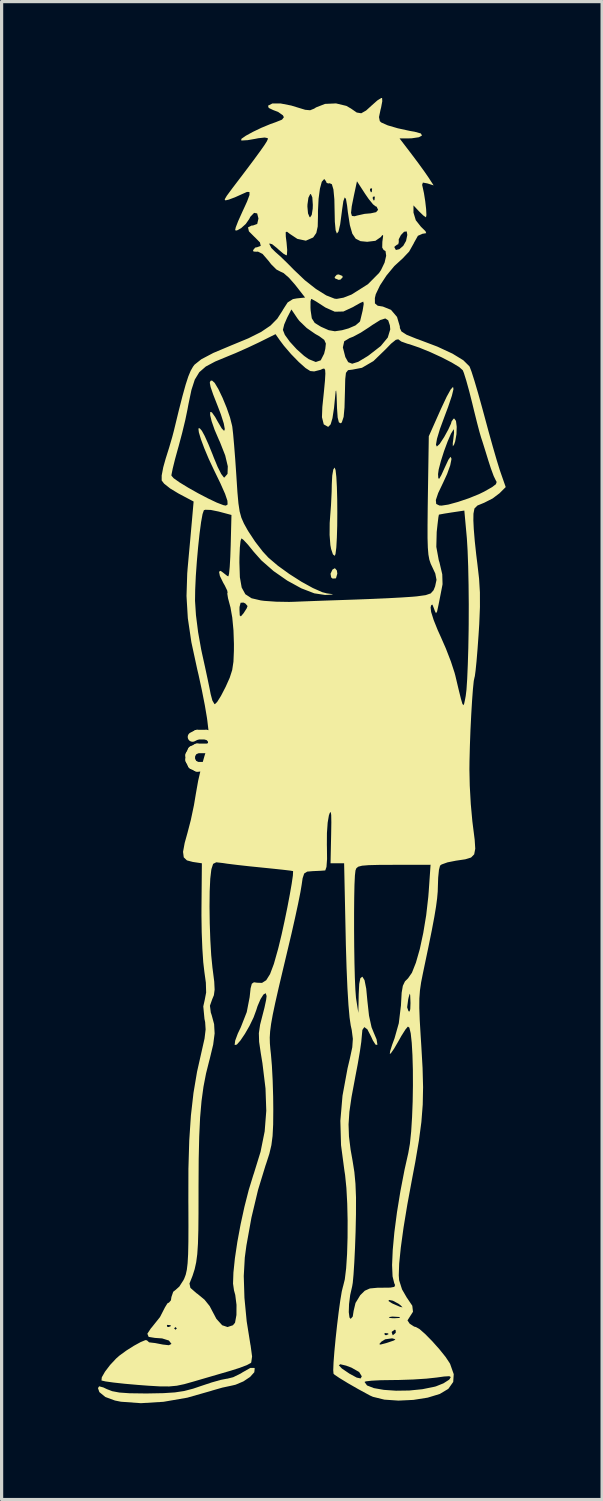
<source format=kicad_pcb>
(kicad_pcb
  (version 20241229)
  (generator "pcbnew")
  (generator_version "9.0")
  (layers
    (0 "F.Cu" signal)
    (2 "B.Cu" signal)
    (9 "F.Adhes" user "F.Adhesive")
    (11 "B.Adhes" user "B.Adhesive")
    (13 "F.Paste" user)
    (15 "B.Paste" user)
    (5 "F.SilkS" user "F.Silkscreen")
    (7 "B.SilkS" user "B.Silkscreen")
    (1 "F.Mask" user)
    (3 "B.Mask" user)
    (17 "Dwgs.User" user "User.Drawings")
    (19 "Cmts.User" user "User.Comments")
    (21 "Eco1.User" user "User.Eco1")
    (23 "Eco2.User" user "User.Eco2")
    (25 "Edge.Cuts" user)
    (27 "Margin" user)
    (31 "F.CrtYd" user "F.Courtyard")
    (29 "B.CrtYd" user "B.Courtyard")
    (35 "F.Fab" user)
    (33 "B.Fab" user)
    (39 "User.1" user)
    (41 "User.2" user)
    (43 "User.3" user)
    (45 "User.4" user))
  (footprint "allitnil"
    (layer "F.Cu")
    (at 6.265 20.14)
    (property "Reference" "allitnil" (at 0 0 0) (layer "F.SilkS") (effects (font (size 1.5 1.5) (thickness 0.3))))
    (attr board_only exclude_from_pos_files exclude_from_bom)
    (fp_poly (pts (xy 1.171 -5.432) (xy 1.185 -5.334) (xy 1.143 -5.187) (xy 1.04 -5.179) (xy 0.994 -5.215) (xy 0.974 -5.33) (xy 1.034 -5.459) (xy 1.11 -5.503)) (stroke (width 0) (type solid)) (fill yes) (layer "F.SilkS"))
    (fp_poly (pts (xy 1.34 -14.602) (xy 1.355 -14.563) (xy 1.286 -14.488) (xy 1.228 -14.478) (xy 1.115 -14.524) (xy 1.101 -14.563) (xy 1.169 -14.638) (xy 1.228 -14.647)) (stroke (width 0) (type solid)) (fill yes) (layer "F.SilkS"))
    (fp_poly (pts (xy 1.131 -8.557) (xy 1.155 -8.343) (xy 1.172 -8.029) (xy 1.182 -7.648) (xy 1.185 -7.235) (xy 1.182 -6.824) (xy 1.171 -6.45) (xy 1.154 -6.146) (xy 1.129 -5.947) (xy 1.106 -5.888) (xy 1.049 -5.932) (xy 0.992 -6.101) (xy 0.969 -6.223) (xy 0.945 -6.538) (xy 0.948 -6.908) (xy 0.961 -7.092) (xy 0.989 -7.466) (xy 1.009 -7.886) (xy 1.013 -8.107) (xy 1.027 -8.384) (xy 1.06 -8.575) (xy 1.101 -8.636)) (stroke (width 0) (type solid)) (fill yes) (layer "F.SilkS"))
    (fp_poly (pts (xy -1.386 19.407) (xy -1.399 19.526) (xy -1.53 19.672) (xy -1.738 19.811) (xy -1.982 19.914) (xy -2.096 19.941) (xy -2.395 20.005) (xy -2.713 20.096) (xy -2.752 20.109) (xy -3.485 20.318) (xy -4.225 20.446) (xy -4.928 20.489) (xy -5.55 20.444) (xy -5.736 20.407) (xy -6.037 20.296) (xy -6.222 20.144) (xy -6.265 20.02) (xy -6.229 19.964) (xy -6.099 19.999) (xy -5.99 20.051) (xy -5.822 20.116) (xy -5.598 20.158) (xy -5.283 20.18) (xy -4.843 20.186) (xy -4.699 20.186) (xy -4.227 20.177) (xy -3.872 20.154) (xy -3.581 20.11) (xy -3.302 20.037) (xy -3.054 19.953) (xy -2.73 19.845) (xy -2.447 19.765) (xy -2.259 19.728) (xy -2.241 19.727) (xy -2.056 19.681) (xy -1.821 19.565) (xy -1.75 19.52) (xy -1.522 19.392) (xy -1.398 19.392)) (stroke (width 0) (type solid)) (fill yes) (layer "F.SilkS"))
    (fp_poly (pts (xy 2.585 -20.04) (xy 2.548 -19.842) (xy 2.53 -19.774) (xy 2.483 -19.545) (xy 2.508 -19.42) (xy 2.554 -19.377) (xy 2.754 -19.288) (xy 3.07 -19.196) (xy 3.447 -19.114) (xy 3.592 -19.089) (xy 3.784 -19.036) (xy 3.822 -18.973) (xy 3.724 -18.918) (xy 3.502 -18.885) (xy 3.403 -18.882) (xy 3.123 -18.881) (xy 3.495 -18.394) (xy 3.707 -18.111) (xy 3.899 -17.846) (xy 4.025 -17.663) (xy 4.183 -17.419) (xy 3.988 -17.481) (xy 3.849 -17.506) (xy 3.825 -17.435) (xy 3.837 -17.386) (xy 3.882 -17.178) (xy 3.922 -16.925) (xy 3.95 -16.679) (xy 3.959 -16.495) (xy 3.945 -16.425) (xy 3.863 -16.481) (xy 3.729 -16.611) (xy 3.556 -16.796) (xy 3.556 -16.572) (xy 3.628 -16.335) (xy 3.788 -16.132) (xy 3.93 -15.993) (xy 3.952 -15.932) (xy 3.864 -15.917) (xy 3.847 -15.917) (xy 3.694 -15.85) (xy 3.573 -15.635) (xy 3.567 -15.619) (xy 3.42 -15.358) (xy 3.213 -15.139) (xy 3.204 -15.132) (xy 2.961 -14.909) (xy 2.719 -14.618) (xy 2.515 -14.308) (xy 2.382 -14.031) (xy 2.354 -13.912) (xy 2.356 -13.746) (xy 2.443 -13.673) (xy 2.604 -13.647) (xy 2.856 -13.545) (xy 3.044 -13.324) (xy 3.131 -13.03) (xy 3.133 -12.977) (xy 3.181 -12.873) (xy 3.342 -12.769) (xy 3.64 -12.648) (xy 3.704 -12.626) (xy 4.298 -12.401) (xy 4.77 -12.182) (xy 5.107 -11.976) (xy 5.294 -11.791) (xy 5.307 -11.768) (xy 5.365 -11.615) (xy 5.455 -11.332) (xy 5.567 -10.952) (xy 5.69 -10.51) (xy 5.762 -10.245) (xy 5.894 -9.756) (xy 6.025 -9.287) (xy 6.143 -8.88) (xy 6.237 -8.575) (xy 6.269 -8.48) (xy 6.427 -8.028) (xy 6.234 -7.835) (xy 6.019 -7.673) (xy 5.755 -7.539) (xy 5.73 -7.529) (xy 5.546 -7.453) (xy 5.454 -7.361) (xy 5.423 -7.199) (xy 5.42 -6.989) (xy 5.433 -6.722) (xy 5.464 -6.346) (xy 5.51 -5.918) (xy 5.545 -5.636) (xy 5.598 -5.177) (xy 5.624 -4.749) (xy 5.625 -4.294) (xy 5.603 -3.756) (xy 5.583 -3.443) (xy 5.551 -2.996) (xy 5.519 -2.609) (xy 5.489 -2.314) (xy 5.466 -2.141) (xy 5.458 -2.112) (xy 5.433 -1.995) (xy 5.407 -1.741) (xy 5.38 -1.381) (xy 5.354 -0.946) (xy 5.33 -0.467) (xy 5.312 0.024) (xy 5.3 0.496) (xy 5.297 0.762) (xy 5.308 1.269) (xy 5.34 1.841) (xy 5.389 2.377) (xy 5.408 2.529) (xy 5.461 2.948) (xy 5.479 3.229) (xy 5.446 3.404) (xy 5.348 3.504) (xy 5.168 3.559) (xy 4.891 3.6) (xy 4.872 3.603) (xy 4.615 3.654) (xy 4.431 3.72) (xy 4.383 3.757) (xy 4.349 3.888) (xy 4.325 4.13) (xy 4.317 4.36) (xy 4.311 4.559) (xy 4.292 4.775) (xy 4.258 5.034) (xy 4.204 5.358) (xy 4.126 5.772) (xy 4.019 6.299) (xy 3.88 6.963) (xy 3.849 7.112) (xy 3.794 7.388) (xy 3.758 7.636) (xy 3.739 7.891) (xy 3.737 8.189) (xy 3.751 8.567) (xy 3.78 9.059) (xy 3.799 9.356) (xy 3.839 10.053) (xy 3.855 10.652) (xy 3.844 11.198) (xy 3.802 11.737) (xy 3.725 12.317) (xy 3.612 12.983) (xy 3.513 13.504) (xy 3.365 14.303) (xy 3.247 15.021) (xy 3.162 15.641) (xy 3.111 16.143) (xy 3.098 16.51) (xy 3.109 16.661) (xy 3.2 16.947) (xy 3.35 17.207) (xy 3.357 17.215) (xy 3.519 17.456) (xy 3.541 17.643) (xy 3.442 17.798) (xy 3.37 17.912) (xy 3.438 18.015) (xy 3.576 18.105) (xy 3.632 18.119) (xy 3.742 18.18) (xy 3.923 18.339) (xy 4.141 18.561) (xy 4.362 18.809) (xy 4.554 19.048) (xy 4.683 19.242) (xy 4.698 19.271) (xy 4.809 19.586) (xy 4.793 19.828) (xy 4.646 20.036) (xy 4.636 20.046) (xy 4.375 20.202) (xy 3.998 20.317) (xy 3.552 20.387) (xy 3.087 20.409) (xy 2.651 20.379) (xy 2.293 20.291) (xy 2.198 20.248) (xy 1.836 20.051) (xy 1.51 19.864) (xy 1.452 19.828) (xy 2.032 19.828) (xy 2.11 19.937) (xy 2.322 20.02) (xy 2.635 20.075) (xy 3.013 20.101) (xy 3.424 20.095) (xy 3.834 20.054) (xy 4.208 19.978) (xy 4.256 19.965) (xy 4.49 19.871) (xy 4.66 19.762) (xy 4.679 19.742) (xy 4.718 19.675) (xy 4.67 19.649) (xy 4.506 19.659) (xy 4.276 19.691) (xy 3.961 19.725) (xy 3.546 19.752) (xy 3.1 19.767) (xy 2.9 19.769) (xy 2.54 19.774) (xy 2.252 19.789) (xy 2.074 19.81) (xy 2.032 19.828) (xy 1.452 19.828) (xy 1.253 19.707) (xy 1.097 19.601) (xy 1.067 19.572) (xy 1.058 19.461) (xy 1.064 19.311) (xy 1.234 19.311) (xy 1.327 19.41) (xy 1.552 19.563) (xy 1.554 19.565) (xy 1.789 19.693) (xy 1.912 19.719) (xy 1.947 19.653) (xy 1.865 19.519) (xy 1.626 19.383) (xy 1.458 19.32) (xy 1.276 19.277) (xy 1.234 19.311) (xy 1.064 19.311) (xy 1.068 19.218) (xy 1.094 18.879) (xy 1.116 18.651) (xy 2.491 18.651) (xy 2.529 18.665) (xy 2.697 18.621) (xy 2.758 18.602) (xy 2.951 18.536) (xy 2.994 18.498) (xy 2.901 18.473) (xy 2.889 18.471) (xy 2.677 18.5) (xy 2.557 18.574) (xy 2.491 18.651) (xy 1.116 18.651) (xy 1.132 18.481) (xy 1.15 18.316) (xy 2.653 18.316) (xy 2.665 18.367) (xy 2.709 18.373) (xy 2.779 18.342) (xy 2.766 18.316) (xy 2.665 18.306) (xy 2.653 18.316) (xy 1.15 18.316) (xy 1.153 18.288) (xy 2.879 18.288) (xy 2.908 18.37) (xy 2.916 18.373) (xy 2.988 18.313) (xy 3.006 18.288) (xy 2.999 18.21) (xy 2.968 18.203) (xy 2.882 18.265) (xy 2.879 18.288) (xy 1.153 18.288) (xy 1.178 18.059) (xy 1.228 17.649) (xy 1.278 17.288) (xy 1.324 17.011) (xy 1.362 16.855) (xy 1.365 16.849) (xy 1.418 16.636) (xy 1.46 16.29) (xy 1.489 15.846) (xy 1.504 15.338) (xy 1.506 14.803) (xy 1.494 14.275) (xy 1.468 13.791) (xy 1.427 13.384) (xy 1.406 13.25) (xy 1.301 12.458) (xy 1.283 11.812) (xy 1.535 11.812) (xy 1.548 12.188) (xy 1.598 12.593) (xy 1.661 12.947) (xy 1.716 13.294) (xy 1.75 13.659) (xy 1.767 14.084) (xy 1.766 14.605) (xy 1.754 15.155) (xy 1.736 15.654) (xy 1.714 16.106) (xy 1.69 16.48) (xy 1.666 16.742) (xy 1.648 16.849) (xy 1.586 17.121) (xy 1.55 17.406) (xy 1.542 17.655) (xy 1.564 17.822) (xy 1.6 17.865) (xy 1.631 17.831) (xy 2.789 17.831) (xy 2.906 17.844) (xy 2.963 17.845) (xy 3.117 17.836) (xy 3.136 17.814) (xy 3.111 17.806) (xy 2.897 17.793) (xy 2.815 17.806) (xy 2.789 17.831) (xy 1.631 17.831) (xy 1.666 17.791) (xy 1.693 17.615) (xy 1.752 17.368) (xy 1.79 17.307) (xy 2.775 17.307) (xy 2.884 17.378) (xy 2.921 17.396) (xy 3.14 17.491) (xy 3.216 17.507) (xy 3.156 17.444) (xy 3.095 17.396) (xy 2.914 17.299) (xy 2.799 17.276) (xy 2.775 17.307) (xy 1.79 17.307) (xy 1.898 17.129) (xy 2.041 16.988) (xy 2.199 16.918) (xy 2.435 16.896) (xy 2.569 16.895) (xy 2.833 16.892) (xy 2.96 16.869) (xy 2.983 16.813) (xy 2.957 16.753) (xy 2.905 16.541) (xy 2.89 16.19) (xy 2.91 15.724) (xy 2.961 15.169) (xy 3.042 14.549) (xy 3.149 13.891) (xy 3.279 13.217) (xy 3.395 12.7) (xy 3.445 12.414) (xy 3.484 12.035) (xy 3.512 11.588) (xy 3.531 11.1) (xy 3.539 10.597) (xy 3.537 10.107) (xy 3.524 9.656) (xy 3.502 9.27) (xy 3.47 8.976) (xy 3.428 8.8) (xy 3.382 8.766) (xy 3.304 8.86) (xy 3.18 9.056) (xy 3.081 9.232) (xy 2.952 9.454) (xy 2.855 9.593) (xy 2.819 9.621) (xy 2.83 9.531) (xy 2.892 9.333) (xy 2.966 9.133) (xy 3.099 8.662) (xy 3.159 8.166) (xy 3.359 8.166) (xy 3.401 8.288) (xy 3.434 8.297) (xy 3.456 8.223) (xy 3.463 8.037) (xy 3.461 7.98) (xy 3.453 7.781) (xy 3.439 7.741) (xy 3.407 7.851) (xy 3.392 7.916) (xy 3.359 8.166) (xy 3.159 8.166) (xy 3.166 8.112) (xy 3.169 8.051) (xy 3.188 7.712) (xy 3.225 7.497) (xy 3.291 7.359) (xy 3.387 7.264) (xy 3.508 7.09) (xy 3.632 6.776) (xy 3.753 6.353) (xy 3.861 5.85) (xy 3.952 5.299) (xy 4.017 4.728) (xy 4.031 4.552) (xy 4.088 3.729) (xy 2.942 3.731) (xy 2.481 3.733) (xy 2.161 3.741) (xy 1.956 3.758) (xy 1.837 3.789) (xy 1.778 3.837) (xy 1.751 3.905) (xy 1.733 4.063) (xy 1.719 4.358) (xy 1.711 4.76) (xy 1.707 5.235) (xy 1.707 5.753) (xy 1.711 6.281) (xy 1.719 6.788) (xy 1.731 7.243) (xy 1.747 7.612) (xy 1.766 7.866) (xy 1.773 7.916) (xy 1.84 8.34) (xy 1.851 7.761) (xy 1.867 7.437) (xy 1.902 7.262) (xy 1.96 7.215) (xy 1.968 7.217) (xy 2.033 7.323) (xy 2.085 7.586) (xy 2.121 7.965) (xy 2.172 8.426) (xy 2.251 8.787) (xy 2.319 8.955) (xy 2.407 9.163) (xy 2.432 9.319) (xy 2.428 9.336) (xy 2.376 9.329) (xy 2.291 9.196) (xy 2.24 9.083) (xy 2.121 8.853) (xy 2.026 8.782) (xy 1.965 8.87) (xy 1.947 9.066) (xy 1.931 9.244) (xy 1.887 9.546) (xy 1.821 9.931) (xy 1.74 10.357) (xy 1.736 10.38) (xy 1.628 10.957) (xy 1.561 11.418) (xy 1.535 11.812) (xy 1.283 11.812) (xy 1.28 11.697) (xy 1.347 10.917) (xy 1.504 10.064) (xy 1.579 9.748) (xy 1.651 9.41) (xy 1.669 9.147) (xy 1.634 8.873) (xy 1.603 8.732) (xy 1.567 8.487) (xy 1.532 8.094) (xy 1.5 7.571) (xy 1.473 6.938) (xy 1.451 6.216) (xy 1.446 5.969) (xy 1.397 3.683) (xy 1.185 3.683) (xy 0.974 3.682) (xy 0.993 2.794) (xy 0.999 2.41) (xy 0.995 2.179) (xy 0.98 2.086) (xy 0.951 2.114) (xy 0.923 2.193) (xy 0.885 2.416) (xy 0.862 2.743) (xy 0.86 3.113) (xy 0.862 3.188) (xy 0.866 3.549) (xy 0.848 3.796) (xy 0.811 3.903) (xy 0.804 3.906) (xy 0.668 3.916) (xy 0.448 3.926) (xy 0.424 3.927) (xy 0.248 3.942) (xy 0.154 4.001) (xy 0.105 4.149) (xy 0.074 4.36) (xy 0.036 4.585) (xy -0.034 4.936) (xy -0.129 5.376) (xy -0.24 5.868) (xy -0.324 6.223) (xy -0.499 6.959) (xy -0.639 7.551) (xy -0.746 8.022) (xy -0.824 8.391) (xy -0.876 8.681) (xy -0.906 8.912) (xy -0.918 9.107) (xy -0.914 9.285) (xy -0.899 9.469) (xy -0.881 9.63) (xy -0.851 9.988) (xy -0.827 10.45) (xy -0.812 10.952) (xy -0.808 11.345) (xy -0.812 11.817) (xy -0.83 12.171) (xy -0.867 12.457) (xy -0.931 12.727) (xy -1.029 13.031) (xy -1.047 13.081) (xy -1.283 13.852) (xy -1.488 14.712) (xy -1.645 15.583) (xy -1.695 15.957) (xy -1.727 16.531) (xy -1.706 17.21) (xy -1.636 17.941) (xy -1.52 18.667) (xy -1.513 18.699) (xy -1.468 19.035) (xy -1.494 19.219) (xy -1.508 19.238) (xy -1.63 19.304) (xy -1.862 19.392) (xy -2.13 19.477) (xy -2.497 19.584) (xy -2.929 19.71) (xy -3.302 19.819) (xy -3.579 19.897) (xy -3.812 19.946) (xy -4.047 19.968) (xy -4.329 19.967) (xy -4.703 19.945) (xy -5.019 19.921) (xy -5.43 19.885) (xy -5.779 19.847) (xy -6.03 19.812) (xy -6.151 19.784) (xy -6.156 19.781) (xy -6.146 19.683) (xy -6.046 19.508) (xy -5.887 19.299) (xy -5.699 19.098) (xy -5.597 19.008) (xy -5.383 18.852) (xy -5.15 18.704) (xy -4.938 18.588) (xy -4.789 18.526) (xy -4.741 18.533) (xy -4.674 18.595) (xy -4.636 18.6) (xy -4.483 18.618) (xy -4.262 18.661) (xy -4.255 18.663) (xy -4.059 18.685) (xy -3.98 18.646) (xy -3.979 18.642) (xy -4.057 18.539) (xy -4.269 18.473) (xy -4.494 18.457) (xy -4.688 18.425) (xy -4.728 18.327) (xy -4.619 18.161) (xy -3.895 18.161) (xy -3.852 18.203) (xy -3.81 18.161) (xy -3.852 18.119) (xy -3.895 18.161) (xy -4.619 18.161) (xy -4.616 18.157) (xy -4.593 18.132) (xy -4.537 18.062) (xy -4.12 18.062) (xy -4.109 18.113) (xy -4.064 18.119) (xy -3.994 18.088) (xy -4.008 18.062) (xy -4.108 18.052) (xy -4.12 18.062) (xy -4.537 18.062) (xy -4.335 17.809) (xy -4.179 17.505) (xy -4.102 17.38) (xy -4.054 17.357) (xy -3.994 17.286) (xy -3.979 17.185) (xy -3.923 17.021) (xy -3.849 16.963) (xy -3.732 16.858) (xy -3.672 16.764) (xy -3.417 16.764) (xy -3.388 16.9) (xy -3.196 17.068) (xy -3.168 17.086) (xy -2.949 17.267) (xy -2.788 17.467) (xy -2.766 17.51) (xy -2.579 17.864) (xy -2.399 18.063) (xy -2.232 18.119) (xy -2.064 18.063) (xy -1.999 17.985) (xy -1.955 17.745) (xy -1.953 17.428) (xy -1.992 17.119) (xy -2.031 16.977) (xy -2.061 16.766) (xy -2.049 16.423) (xy -2.003 15.981) (xy -1.927 15.471) (xy -1.826 14.926) (xy -1.706 14.376) (xy -1.573 13.854) (xy -1.431 13.392) (xy -1.411 13.334) (xy -1.204 12.663) (xy -1.076 12.028) (xy -1.026 11.387) (xy -1.05 10.694) (xy -1.146 9.905) (xy -1.197 9.596) (xy -1.249 9.24) (xy -1.257 8.97) (xy -1.218 8.706) (xy -1.159 8.475) (xy -1.083 8.18) (xy -1.031 7.936) (xy -1.016 7.815) (xy -1.044 7.727) (xy -1.114 7.768) (xy -1.205 7.912) (xy -1.298 8.129) (xy -1.338 8.255) (xy -1.423 8.485) (xy -1.548 8.743) (xy -1.691 8.992) (xy -1.83 9.198) (xy -1.942 9.326) (xy -2.007 9.34) (xy -2.01 9.332) (xy -1.994 9.203) (xy -1.912 8.982) (xy -1.819 8.787) (xy -1.634 8.315) (xy -1.544 7.851) (xy -1.514 7.575) (xy -1.476 7.432) (xy -1.41 7.387) (xy -1.312 7.401) (xy -1.159 7.406) (xy -1.028 7.323) (xy -0.909 7.133) (xy -0.79 6.817) (xy -0.66 6.356) (xy -0.637 6.265) (xy -0.548 5.897) (xy -0.458 5.485) (xy -0.371 5.062) (xy -0.295 4.662) (xy -0.235 4.319) (xy -0.198 4.065) (xy -0.191 3.935) (xy -0.194 3.926) (xy -0.28 3.911) (xy -0.5 3.885) (xy -0.819 3.851) (xy -1.143 3.818) (xy -1.558 3.776) (xy -1.941 3.733) (xy -2.242 3.696) (xy -2.379 3.675) (xy -2.583 3.652) (xy -2.681 3.701) (xy -2.732 3.859) (xy -2.739 3.896) (xy -2.77 4.162) (xy -2.788 4.555) (xy -2.793 5.031) (xy -2.786 5.55) (xy -2.768 6.07) (xy -2.74 6.546) (xy -2.701 6.939) (xy -2.693 6.998) (xy -2.646 7.368) (xy -2.634 7.617) (xy -2.657 7.79) (xy -2.709 7.915) (xy -2.78 8.116) (xy -2.753 8.329) (xy -2.725 8.412) (xy -2.65 8.69) (xy -2.634 8.98) (xy -2.679 9.327) (xy -2.788 9.78) (xy -2.8 9.823) (xy -2.901 10.225) (xy -2.981 10.638) (xy -3.042 11.086) (xy -3.086 11.595) (xy -3.114 12.192) (xy -3.13 12.902) (xy -3.135 13.751) (xy -3.135 13.906) (xy -3.136 14.58) (xy -3.141 15.111) (xy -3.153 15.525) (xy -3.174 15.847) (xy -3.208 16.103) (xy -3.256 16.32) (xy -3.321 16.523) (xy -3.407 16.739) (xy -3.417 16.764) (xy -3.672 16.764) (xy -3.605 16.661) (xy -3.578 16.606) (xy -3.533 16.487) (xy -3.499 16.336) (xy -3.475 16.132) (xy -3.459 15.851) (xy -3.451 15.471) (xy -3.449 14.97) (xy -3.451 14.325) (xy -3.452 14.224) (xy -3.45 13.2) (xy -3.424 12.313) (xy -3.372 11.533) (xy -3.292 10.83) (xy -3.181 10.171) (xy -3.036 9.529) (xy -2.948 9.139) (xy -2.914 8.856) (xy -2.929 8.626) (xy -2.95 8.527) (xy -2.987 8.138) (xy -2.942 7.935) (xy -2.898 7.705) (xy -2.907 7.397) (xy -2.953 7.064) (xy -2.988 6.763) (xy -3.016 6.339) (xy -3.036 5.84) (xy -3.044 5.312) (xy -3.043 5.069) (xy -3.031 3.683) (xy -3.314 3.641) (xy -3.496 3.593) (xy -3.595 3.498) (xy -3.617 3.326) (xy -3.566 3.049) (xy -3.479 2.736) (xy -3.375 2.336) (xy -3.278 1.877) (xy -3.219 1.524) (xy -3.146 1.112) (xy -3.045 0.676) (xy -2.953 0.354) (xy -2.864 0.06) (xy -2.822 -0.178) (xy -2.822 -0.427) (xy -2.861 -0.759) (xy -2.873 -0.845) (xy -2.939 -1.237) (xy -3.032 -1.71) (xy -3.135 -2.186) (xy -3.175 -2.354) (xy -3.358 -3.2) (xy -3.468 -3.945) (xy -3.501 -4.494) (xy -3.244 -4.494) (xy -3.244 -4.487) (xy -3.215 -4.041) (xy -3.148 -3.511) (xy -3.053 -2.976) (xy -3.023 -2.836) (xy -2.932 -2.424) (xy -2.85 -2.041) (xy -2.787 -1.736) (xy -2.758 -1.587) (xy -2.704 -1.384) (xy -2.64 -1.275) (xy -2.625 -1.27) (xy -2.554 -1.341) (xy -2.437 -1.527) (xy -2.301 -1.79) (xy -2.29 -1.811) (xy -2.164 -2.093) (xy -2.087 -2.333) (xy -2.048 -2.592) (xy -2.034 -2.929) (xy -2.033 -3.145) (xy -2.047 -3.566) (xy -2.085 -3.967) (xy -2.128 -4.21) (xy -1.86 -4.21) (xy -1.852 -4.032) (xy -1.817 -4.003) (xy -1.733 -4.101) (xy -1.637 -4.251) (xy -1.624 -4.285) (xy 4.089 -4.285) (xy 4.105 -4.142) (xy 4.184 -3.891) (xy 4.311 -3.574) (xy 4.392 -3.396) (xy 4.564 -3.004) (xy 4.721 -2.598) (xy 4.835 -2.248) (xy 4.859 -2.159) (xy 4.962 -1.725) (xy 5.033 -1.438) (xy 5.079 -1.281) (xy 5.11 -1.236) (xy 5.134 -1.286) (xy 5.161 -1.413) (xy 5.182 -1.524) (xy 5.206 -1.722) (xy 5.228 -2.057) (xy 5.247 -2.5) (xy 5.263 -3.018) (xy 5.273 -3.581) (xy 5.275 -3.768) (xy 5.277 -4.376) (xy 5.271 -4.986) (xy 5.259 -5.557) (xy 5.241 -6.047) (xy 5.219 -6.415) (xy 5.215 -6.464) (xy 5.139 -7.297) (xy 4.75 -7.239) (xy 4.517 -7.202) (xy 4.37 -7.175) (xy 4.347 -7.168) (xy 4.331 -7.084) (xy 4.306 -6.878) (xy 4.279 -6.631) (xy 4.267 -6.167) (xy 4.343 -5.753) (xy 4.367 -5.676) (xy 4.452 -5.312) (xy 4.461 -5.006) (xy 4.455 -4.971) (xy 4.402 -4.699) (xy 4.342 -4.394) (xy 4.335 -4.36) (xy 4.291 -4.156) (xy 4.257 -4.101) (xy 4.218 -4.18) (xy 4.2 -4.233) (xy 4.146 -4.37) (xy 4.11 -4.355) (xy 4.089 -4.285) (xy -1.624 -4.285) (xy -1.609 -4.325) (xy -1.676 -4.403) (xy -1.736 -4.433) (xy -1.825 -4.427) (xy -1.859 -4.296) (xy -1.86 -4.21) (xy -2.128 -4.21) (xy -2.14 -4.281) (xy -2.156 -4.339) (xy -2.217 -4.569) (xy -2.24 -4.714) (xy -2.231 -4.741) (xy -2.241 -4.805) (xy -2.319 -4.967) (xy -2.366 -5.048) (xy -2.47 -5.26) (xy -2.497 -5.393) (xy -2.447 -5.421) (xy -2.352 -5.35) (xy -2.241 -5.262) (xy -2.206 -5.249) (xy -2.185 -5.328) (xy -2.164 -5.543) (xy -2.146 -5.859) (xy -2.134 -6.205) (xy -2.11 -7.16) (xy -2.508 -7.266) (xy -2.752 -7.316) (xy -2.926 -7.322) (xy -2.969 -7.306) (xy -3.01 -7.187) (xy -3.056 -6.934) (xy -3.103 -6.58) (xy -3.148 -6.159) (xy -3.188 -5.706) (xy -3.22 -5.255) (xy -3.239 -4.839) (xy -3.244 -4.494) (xy -3.501 -4.494) (xy -3.509 -4.641) (xy -3.487 -5.336) (xy -3.474 -5.503) (xy -3.433 -5.956) (xy -3.39 -6.424) (xy -3.354 -6.831) (xy -3.34 -6.985) (xy -3.288 -7.578) (xy -3.761 -7.829) (xy -4.017 -7.984) (xy -4.207 -8.135) (xy -4.282 -8.233) (xy -4.282 -8.384) (xy -3.979 -8.384) (xy -3.909 -8.303) (xy -3.723 -8.172) (xy -3.458 -8.01) (xy -3.151 -7.837) (xy -2.841 -7.675) (xy -2.565 -7.544) (xy -2.359 -7.465) (xy -2.285 -7.451) (xy -2.23 -7.486) (xy -2.236 -7.603) (xy -2.309 -7.818) (xy -2.456 -8.149) (xy -2.651 -8.551) (xy -2.818 -8.907) (xy -2.957 -9.238) (xy -3.062 -9.521) (xy -3.125 -9.734) (xy -3.139 -9.854) (xy -3.097 -9.858) (xy -3.03 -9.779) (xy -2.944 -9.621) (xy -2.824 -9.355) (xy -2.693 -9.032) (xy -2.663 -8.953) (xy -2.54 -8.656) (xy -2.429 -8.436) (xy -2.347 -8.329) (xy -2.33 -8.325) (xy -2.232 -8.439) (xy -2.224 -8.675) (xy -2.305 -9.014) (xy -2.471 -9.436) (xy -2.498 -9.493) (xy -2.635 -9.812) (xy -2.727 -10.077) (xy -2.773 -10.268) (xy -2.771 -10.367) (xy -2.72 -10.354) (xy -2.618 -10.21) (xy -2.543 -10.075) (xy -2.413 -9.853) (xy -2.338 -9.777) (xy -2.317 -9.834) (xy -2.35 -10.01) (xy -2.439 -10.29) (xy -2.535 -10.542) (xy -2.678 -10.907) (xy -2.759 -11.143) (xy -2.785 -11.277) (xy -2.762 -11.335) (xy -2.715 -11.345) (xy -2.633 -11.272) (xy -2.517 -11.078) (xy -2.387 -10.806) (xy -2.26 -10.498) (xy -2.155 -10.195) (xy -2.09 -9.938) (xy -2.084 -9.906) (xy -2.058 -9.679) (xy -2.027 -9.328) (xy -1.993 -8.896) (xy -1.961 -8.43) (xy -1.955 -8.339) (xy -1.924 -7.864) (xy -1.893 -7.52) (xy -1.855 -7.269) (xy -1.801 -7.073) (xy -1.722 -6.894) (xy -1.611 -6.694) (xy -1.582 -6.646) (xy -1.372 -6.327) (xy -1.133 -6.018) (xy -0.959 -5.83) (xy -0.665 -5.58) (xy -0.308 -5.322) (xy 0.068 -5.082) (xy 0.425 -4.885) (xy 0.719 -4.755) (xy 0.859 -4.719) (xy 1.027 -4.696) (xy 1.043 -4.684) (xy 0.901 -4.674) (xy 0.803 -4.67) (xy 0.469 -4.72) (xy 0.065 -4.876) (xy -0.371 -5.115) (xy -0.799 -5.413) (xy -1.18 -5.747) (xy -1.419 -6.016) (xy -1.595 -6.233) (xy -1.735 -6.384) (xy -1.799 -6.431) (xy -1.827 -6.354) (xy -1.849 -6.146) (xy -1.861 -5.844) (xy -1.863 -5.682) (xy -1.848 -5.221) (xy -1.792 -4.901) (xy -1.677 -4.692) (xy -1.485 -4.567) (xy -1.198 -4.5) (xy -1.09 -4.486) (xy -0.718 -4.46) (xy -0.314 -4.453) (xy -0.169 -4.457) (xy 0.075 -4.467) (xy 0.448 -4.481) (xy 0.909 -4.498) (xy 1.417 -4.515) (xy 1.736 -4.526) (xy 2.254 -4.546) (xy 2.752 -4.568) (xy 3.189 -4.592) (xy 3.522 -4.614) (xy 3.657 -4.626) (xy 3.935 -4.664) (xy 4.093 -4.718) (xy 4.181 -4.817) (xy 4.229 -4.936) (xy 4.273 -5.14) (xy 4.235 -5.337) (xy 4.148 -5.524) (xy 4.092 -5.642) (xy 4.05 -5.768) (xy 4.021 -5.926) (xy 4.003 -6.141) (xy 3.994 -6.437) (xy 3.994 -6.841) (xy 3.999 -7.375) (xy 4.004 -7.732) (xy 4.033 -9.61) (xy 4.408 -10.454) (xy 4.589 -10.84) (xy 4.716 -11.069) (xy 4.788 -11.147) (xy 4.801 -11.079) (xy 4.751 -10.87) (xy 4.635 -10.525) (xy 4.53 -10.245) (xy 4.379 -9.835) (xy 4.288 -9.532) (xy 4.256 -9.347) (xy 4.283 -9.289) (xy 4.371 -9.37) (xy 4.51 -9.583) (xy 4.64 -9.82) (xy 4.724 -10.004) (xy 4.741 -10.069) (xy 4.802 -10.156) (xy 4.826 -10.16) (xy 4.879 -10.087) (xy 4.902 -9.905) (xy 4.894 -9.674) (xy 4.855 -9.452) (xy 4.822 -9.356) (xy 4.781 -9.296) (xy 4.779 -9.392) (xy 4.797 -9.525) (xy 4.819 -9.724) (xy 4.813 -9.821) (xy 4.803 -9.821) (xy 4.723 -9.689) (xy 4.618 -9.446) (xy 4.507 -9.145) (xy 4.409 -8.837) (xy 4.341 -8.576) (xy 4.321 -8.431) (xy 4.329 -8.302) (xy 4.358 -8.287) (xy 4.423 -8.4) (xy 4.53 -8.636) (xy 4.643 -8.878) (xy 4.709 -8.97) (xy 4.735 -8.924) (xy 4.737 -8.89) (xy 4.7 -8.705) (xy 4.603 -8.435) (xy 4.486 -8.18) (xy 4.325 -7.842) (xy 4.252 -7.624) (xy 4.264 -7.503) (xy 4.361 -7.455) (xy 4.432 -7.451) (xy 4.64 -7.483) (xy 4.942 -7.566) (xy 5.28 -7.68) (xy 5.593 -7.807) (xy 5.757 -7.887) (xy 6.002 -8.026) (xy 6.122 -8.117) (xy 6.145 -8.187) (xy 6.116 -8.241) (xy 6.053 -8.371) (xy 5.966 -8.607) (xy 5.888 -8.848) (xy 5.793 -9.156) (xy 5.708 -9.428) (xy 5.662 -9.567) (xy 5.612 -9.738) (xy 5.536 -10.027) (xy 5.446 -10.388) (xy 5.385 -10.639) (xy 5.29 -11.016) (xy 5.199 -11.344) (xy 5.125 -11.58) (xy 5.09 -11.665) (xy 4.978 -11.765) (xy 4.746 -11.905) (xy 4.437 -12.065) (xy 4.089 -12.225) (xy 3.743 -12.367) (xy 3.44 -12.471) (xy 3.365 -12.491) (xy 3.177 -12.559) (xy 3.082 -12.628) (xy 3.007 -12.612) (xy 2.858 -12.492) (xy 2.692 -12.32) (xy 2.31 -11.95) (xy 1.952 -11.741) (xy 1.655 -11.684) (xy 1.519 -11.667) (xy 1.454 -11.584) (xy 1.432 -11.389) (xy 1.43 -11.324) (xy 1.423 -11.017) (xy 1.413 -10.657) (xy 1.409 -10.506) (xy 1.382 -10.213) (xy 1.325 -10.041) (xy 1.291 -10.013) (xy 1.234 -10.043) (xy 1.196 -10.193) (xy 1.176 -10.484) (xy 1.171 -10.64) (xy 1.162 -10.9) (xy 1.149 -11.032) (xy 1.135 -11.019) (xy 1.129 -10.964) (xy 1.083 -10.492) (xy 1.034 -10.171) (xy 0.978 -9.982) (xy 0.911 -9.909) (xy 0.893 -9.906) (xy 0.763 -9.98) (xy 0.707 -10.203) (xy 0.719 -10.522) (xy 0.769 -11.005) (xy 0.801 -11.343) (xy 0.813 -11.559) (xy 0.806 -11.676) (xy 0.776 -11.718) (xy 0.725 -11.708) (xy 0.67 -11.68) (xy 0.465 -11.628) (xy 0.343 -11.64) (xy 0.197 -11.733) (xy -0.014 -11.921) (xy -0.252 -12.165) (xy -0.477 -12.427) (xy -0.604 -12.596) (xy -0.738 -12.788) (xy -1.247 -12.535) (xy -1.603 -12.367) (xy -1.983 -12.198) (xy -2.212 -12.104) (xy -2.617 -11.936) (xy -2.908 -11.781) (xy -3.111 -11.604) (xy -3.252 -11.373) (xy -3.356 -11.051) (xy -3.449 -10.607) (xy -3.48 -10.44) (xy -3.547 -10.117) (xy -3.645 -9.711) (xy -3.754 -9.301) (xy -3.774 -9.232) (xy -3.867 -8.894) (xy -3.938 -8.607) (xy -3.976 -8.42) (xy -3.979 -8.384) (xy -4.282 -8.384) (xy -4.282 -8.389) (xy -4.233 -8.646) (xy -4.158 -8.913) (xy -4.051 -9.253) (xy -3.954 -9.585) (xy -3.903 -9.779) (xy -3.754 -10.393) (xy -3.634 -10.864) (xy -3.536 -11.216) (xy -3.454 -11.469) (xy -3.38 -11.648) (xy -3.307 -11.775) (xy -3.26 -11.838) (xy -3.049 -12.006) (xy -2.674 -12.204) (xy -2.134 -12.431) (xy -2.12 -12.437) (xy -1.585 -12.658) (xy -1.187 -12.857) (xy -1.096 -12.919) (xy -0.508 -12.919) (xy -0.448 -12.766) (xy -0.292 -12.551) (xy -0.08 -12.319) (xy 0.151 -12.112) (xy 0.295 -12.01) (xy 0.515 -11.921) (xy 0.669 -11.974) (xy 0.774 -12.179) (xy 0.811 -12.33) (xy 0.816 -12.375) (xy 1.358 -12.375) (xy 1.435 -12.075) (xy 1.437 -12.071) (xy 1.524 -11.916) (xy 1.648 -11.868) (xy 1.836 -11.927) (xy 2.118 -12.097) (xy 2.165 -12.129) (xy 2.537 -12.418) (xy 2.756 -12.683) (xy 2.833 -12.937) (xy 2.822 -13.06) (xy 2.769 -13.219) (xy 2.679 -13.277) (xy 2.524 -13.229) (xy 2.276 -13.074) (xy 2.177 -13.005) (xy 1.917 -12.836) (xy 1.679 -12.709) (xy 1.563 -12.664) (xy 1.4 -12.566) (xy 1.358 -12.375) (xy 0.816 -12.375) (xy 0.829 -12.496) (xy 0.778 -12.61) (xy 0.625 -12.723) (xy 0.498 -12.795) (xy 0.233 -12.979) (xy 0.003 -13.201) (xy -0.055 -13.277) (xy -0.244 -13.557) (xy -0.376 -13.302) (xy -0.468 -13.089) (xy -0.508 -12.924) (xy -0.508 -12.919) (xy -1.096 -12.919) (xy -0.896 -13.054) (xy -0.683 -13.27) (xy -0.52 -13.523) (xy -0.505 -13.552) (xy -0.461 -13.621) (xy 0.35 -13.621) (xy 0.355 -13.525) (xy 0.391 -13.282) (xy 0.483 -13.137) (xy 0.677 -13.018) (xy 0.916 -12.912) (xy 1.109 -12.878) (xy 1.334 -12.911) (xy 1.534 -12.967) (xy 1.75 -13.06) (xy 1.882 -13.172) (xy 1.896 -13.2) (xy 1.973 -13.52) (xy 2.007 -13.729) (xy 1.993 -13.801) (xy 1.901 -13.761) (xy 1.724 -13.662) (xy 1.674 -13.632) (xy 1.374 -13.493) (xy 1.107 -13.487) (xy 0.816 -13.617) (xy 0.728 -13.674) (xy 0.53 -13.802) (xy 0.397 -13.877) (xy 0.372 -13.885) (xy 0.351 -13.81) (xy 0.35 -13.621) (xy -0.461 -13.621) (xy -0.361 -13.775) (xy -0.197 -13.879) (xy -0.079 -13.901) (xy 0.182 -13.928) (xy -0.132 -14.33) (xy -0.321 -14.545) (xy -0.491 -14.692) (xy -0.583 -14.734) (xy -0.709 -14.8) (xy -0.874 -14.964) (xy -0.955 -15.069) (xy -1.142 -15.286) (xy -1.288 -15.359) (xy -1.315 -15.354) (xy -1.422 -15.359) (xy -1.439 -15.4) (xy -1.371 -15.483) (xy -1.312 -15.494) (xy -1.198 -15.535) (xy -1.212 -15.594) (xy -0.931 -15.594) (xy -0.87 -15.472) (xy -0.742 -15.345) (xy -0.584 -15.206) (xy -0.364 -14.992) (xy -0.168 -14.793) (xy 0.173 -14.468) (xy 0.521 -14.194) (xy 0.842 -13.994) (xy 1.1 -13.893) (xy 1.168 -13.886) (xy 1.378 -13.924) (xy 1.62 -14.018) (xy 1.634 -14.025) (xy 2.138 -14.343) (xy 2.485 -14.693) (xy 2.545 -14.783) (xy 2.657 -15.016) (xy 2.706 -15.229) (xy 2.686 -15.374) (xy 2.627 -15.409) (xy 2.583 -15.482) (xy 2.583 -15.488) (xy 2.963 -15.488) (xy 3.009 -15.408) (xy 3.116 -15.433) (xy 3.237 -15.537) (xy 3.325 -15.69) (xy 3.364 -15.877) (xy 3.346 -15.986) (xy 3.264 -15.976) (xy 3.165 -15.873) (xy 3.097 -15.74) (xy 3.098 -15.651) (xy 3.08 -15.583) (xy 3.053 -15.579) (xy 2.967 -15.514) (xy 2.963 -15.488) (xy 2.583 -15.488) (xy 2.587 -15.662) (xy 2.59 -15.684) (xy 2.612 -15.854) (xy 2.588 -15.876) (xy 2.541 -15.812) (xy 2.371 -15.694) (xy 2.115 -15.663) (xy 1.908 -15.683) (xy 1.758 -15.759) (xy 1.652 -15.916) (xy 1.576 -16.181) (xy 1.517 -16.563) (xy 1.612 -16.563) (xy 1.64 -16.469) (xy 1.721 -16.458) (xy 1.799 -16.48) (xy 2.036 -16.533) (xy 2.223 -16.549) (xy 2.392 -16.585) (xy 2.455 -16.658) (xy 2.408 -16.757) (xy 2.381 -16.764) (xy 2.297 -16.829) (xy 2.16 -16.998) (xy 2.146 -17.018) (xy 2.286 -17.018) (xy 2.317 -16.948) (xy 2.342 -16.962) (xy 2.353 -17.062) (xy 2.342 -17.074) (xy 2.292 -17.063) (xy 2.286 -17.018) (xy 2.146 -17.018) (xy 2.051 -17.156) (xy 1.976 -17.272) (xy 2.201 -17.272) (xy 2.232 -17.202) (xy 2.258 -17.216) (xy 2.268 -17.316) (xy 2.258 -17.328) (xy 2.207 -17.317) (xy 2.201 -17.272) (xy 1.976 -17.272) (xy 1.797 -17.547) (xy 1.703 -17.109) (xy 1.634 -16.767) (xy 1.612 -16.563) (xy 1.517 -16.563) (xy 1.514 -16.579) (xy 1.49 -16.787) (xy 1.454 -16.999) (xy 1.415 -17.045) (xy 1.373 -16.928) (xy 1.332 -16.648) (xy 1.325 -16.59) (xy 1.274 -16.206) (xy 1.221 -15.982) (xy 1.172 -15.92) (xy 1.133 -16.021) (xy 1.108 -16.286) (xy 1.103 -16.524) (xy 1.093 -16.987) (xy 1.064 -17.293) (xy 1.015 -17.456) (xy 0.942 -17.488) (xy 0.922 -17.478) (xy 0.851 -17.494) (xy 0.847 -17.521) (xy 0.792 -17.607) (xy 0.771 -17.611) (xy 0.702 -17.532) (xy 0.644 -17.318) (xy 0.602 -17.004) (xy 0.583 -16.624) (xy 0.583 -16.459) (xy 0.575 -16.139) (xy 0.531 -15.938) (xy 0.44 -15.806) (xy 0.428 -15.795) (xy 0.206 -15.698) (xy -0.059 -15.754) (xy -0.288 -15.906) (xy -0.383 -15.979) (xy -0.422 -15.96) (xy -0.418 -15.822) (xy -0.395 -15.642) (xy -0.375 -15.409) (xy -0.383 -15.264) (xy -0.399 -15.24) (xy -0.492 -15.293) (xy -0.649 -15.426) (xy -0.694 -15.468) (xy -0.842 -15.587) (xy -0.925 -15.611) (xy -0.931 -15.594) (xy -1.212 -15.594) (xy -1.224 -15.645) (xy -1.385 -15.808) (xy -1.397 -15.818) (xy -1.566 -15.988) (xy -1.595 -16.111) (xy -1.483 -16.169) (xy -1.439 -16.171) (xy -1.308 -16.219) (xy -1.27 -16.387) (xy -1.27 -16.39) (xy -1.31 -16.547) (xy -1.405 -16.564) (xy -1.521 -16.443) (xy -1.561 -16.367) (xy -1.664 -16.219) (xy -1.81 -16.087) (xy -1.942 -16.015) (xy -1.996 -16.022) (xy -1.978 -16.108) (xy -1.902 -16.305) (xy -1.783 -16.57) (xy -1.776 -16.586) (xy -1.696 -16.759) (xy 0.254 -16.759) (xy 0.273 -16.549) (xy 0.321 -16.433) (xy 0.339 -16.425) (xy 0.389 -16.501) (xy 0.419 -16.693) (xy 0.423 -16.811) (xy 0.407 -17.047) (xy 0.363 -17.148) (xy 0.339 -17.145) (xy 0.285 -17.034) (xy 0.256 -16.823) (xy 0.254 -16.759) (xy -1.696 -16.759) (xy -1.623 -16.919) (xy -1.548 -17.122) (xy -1.55 -17.214) (xy -1.629 -17.215) (xy -1.757 -17.158) (xy -2.001 -17.048) (xy -2.194 -16.976) (xy -2.299 -16.952) (xy -2.322 -16.983) (xy -2.256 -17.095) (xy -2.094 -17.314) (xy -2.086 -17.325) (xy -1.709 -17.821) (xy -1.425 -18.199) (xy -1.222 -18.476) (xy -1.087 -18.667) (xy -1.009 -18.79) (xy -0.978 -18.859) (xy -0.98 -18.89) (xy -1.076 -18.909) (xy -1.276 -18.887) (xy -1.366 -18.869) (xy -1.606 -18.827) (xy -1.78 -18.817) (xy -1.811 -18.822) (xy -1.797 -18.871) (xy -1.662 -18.965) (xy -1.443 -19.085) (xy -1.176 -19.213) (xy -0.896 -19.329) (xy -0.737 -19.385) (xy -0.536 -19.466) (xy -0.478 -19.541) (xy -0.508 -19.6) (xy -0.658 -19.706) (xy -0.811 -19.764) (xy -0.95 -19.83) (xy -0.972 -19.899) (xy -0.837 -19.969) (xy -0.584 -19.97) (xy -0.25 -19.905) (xy -0.06 -19.847) (xy 0.186 -19.772) (xy 0.339 -19.758) (xy 0.464 -19.808) (xy 0.524 -19.847) (xy 0.804 -19.956) (xy 1.145 -19.971) (xy 1.466 -19.894) (xy 1.609 -19.812) (xy 1.79 -19.687) (xy 1.93 -19.664) (xy 2.082 -19.75) (xy 2.26 -19.912) (xy 2.432 -20.064) (xy 2.553 -20.14) (xy 2.579 -20.14)) (stroke (width 0) (type solid)) (fill yes) (layer "F.SilkS")))
  (gr_rect
    (start -3 -3)
    (end 15.693 43.629)
    (stroke (width 0.1) (type default))
    (fill no)
    (layer "Edge.Cuts")))
</source>
